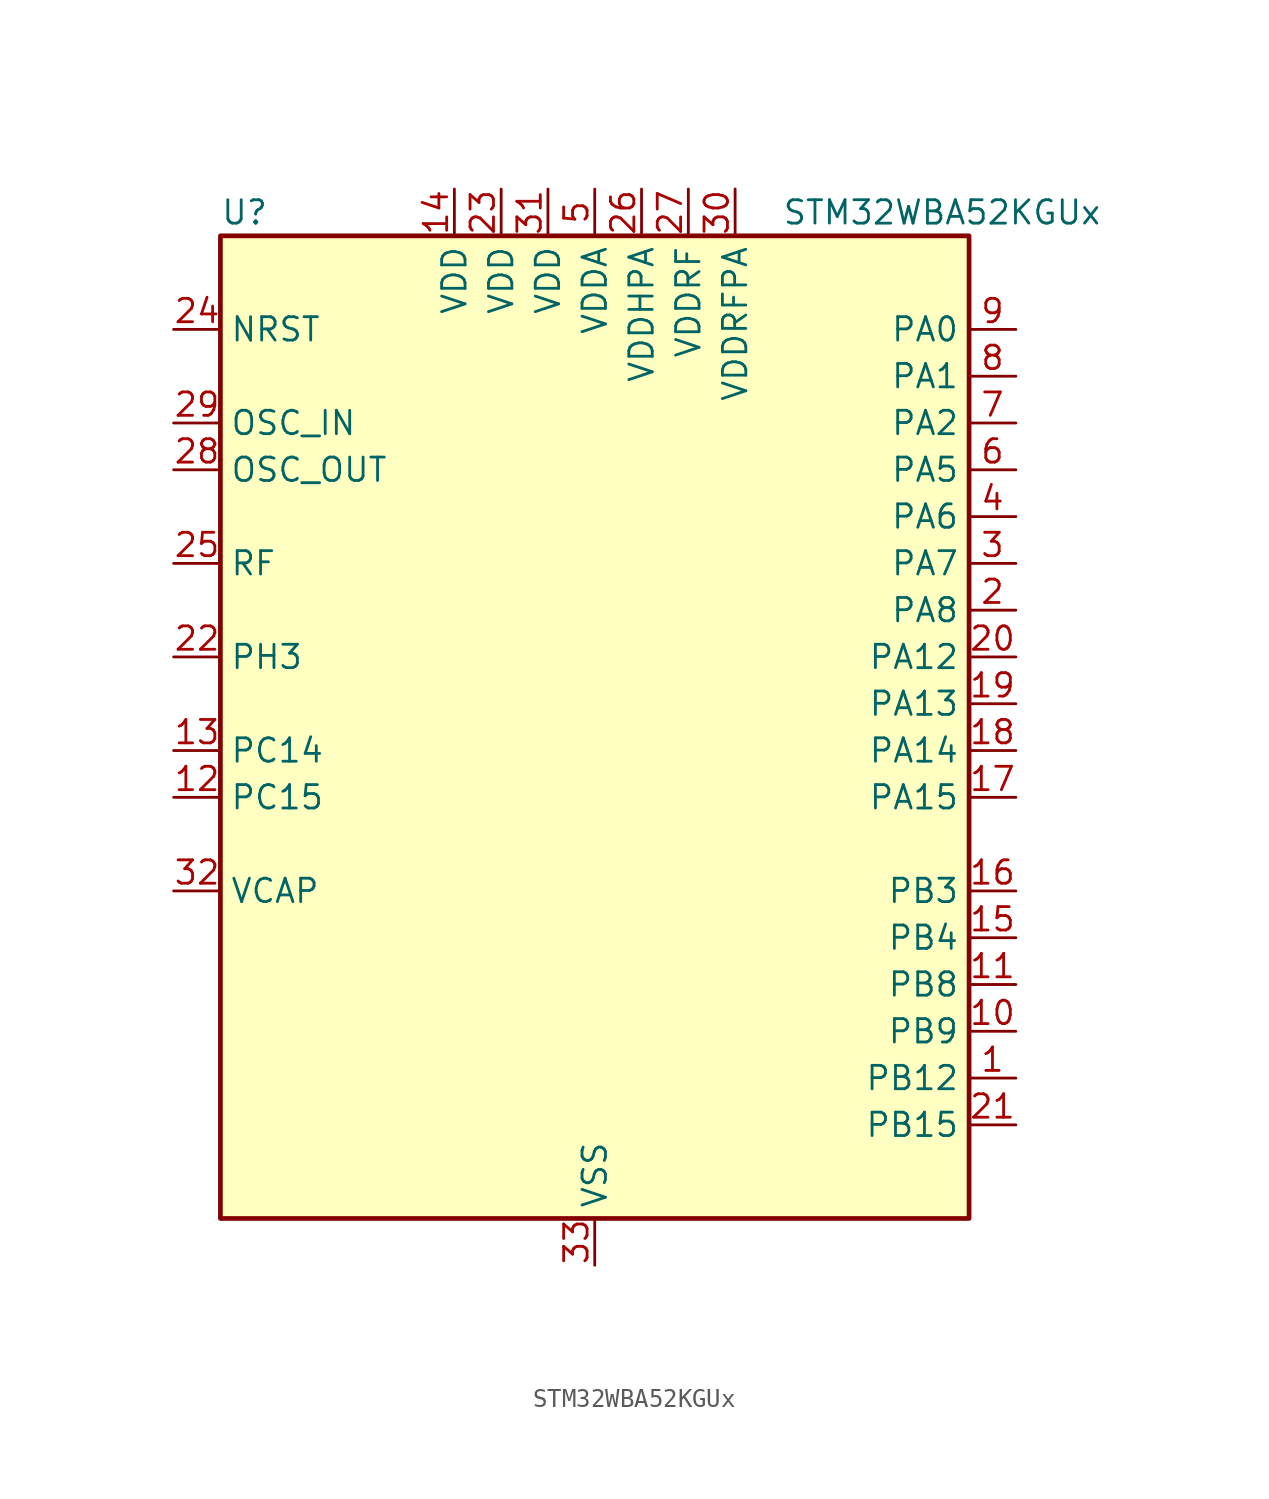
<source format=kicad_sym>
(kicad_symbol_lib
  (version 20241209)
  (generator "kicad_symbol_editor")
  (generator_version "9.0")
  (symbol "STM32WBA52KGUx"
    (property "Reference" "U"
      (at -20.32 29.21 0)
      (effects (font (size 1.27 1.27)) (justify left)))
    (property "Value" "STM32WBA52KGUx"
      (at 10.16 29.21 0)
      (effects (font (size 1.27 1.27)) (justify left)))
    (symbol "STM32WBA52KGUx_0_1"
      (rectangle (start -20.32 -25.4) (end 20.32 27.94) (stroke (width 0.254) (type default)) (fill (type background))))
    (symbol "STM32WBA52KGUx_1_1"
      (pin input line (at -22.86 22.86 0) (length 2.54) (name "NRST" (effects (font (size 1.27 1.27)))) (number "24" (effects (font (size 1.27 1.27)))))
      (pin input line (at -22.86 17.78 0) (length 2.54) (name "OSC_IN" (effects (font (size 1.27 1.27)))) (number "29" (effects (font (size 1.27 1.27)))) (alternate "RCC_OSC_IN" bidirectional line))
      (pin input line (at -22.86 15.24 0) (length 2.54) (name "OSC_OUT" (effects (font (size 1.27 1.27)))) (number "28" (effects (font (size 1.27 1.27)))) (alternate "RCC_OSC_OUT" bidirectional line))
      (pin bidirectional line (at -22.86 10.16 0) (length 2.54) (name "RF" (effects (font (size 1.27 1.27)))) (number "25" (effects (font (size 1.27 1.27)))))
      (pin bidirectional line (at -22.86 5.08 0) (length 2.54) (name "PH3" (effects (font (size 1.27 1.27)))) (number "22" (effects (font (size 1.27 1.27)))) (alternate "TAMP_IN2" bidirectional line) (alternate "TAMP_OUT1" bidirectional line))
      (pin bidirectional line (at -22.86 0 0) (length 2.54) (name "PC14" (effects (font (size 1.27 1.27)))) (number "13" (effects (font (size 1.27 1.27)))) (alternate "RCC_OSC32_IN" bidirectional line))
      (pin bidirectional line (at -22.86 -2.54 0) (length 2.54) (name "PC15" (effects (font (size 1.27 1.27)))) (number "12" (effects (font (size 1.27 1.27)))) (alternate "ADC4_EXTI15" bidirectional line) (alternate "RCC_OSC32_OUT" bidirectional line))
      (pin power_out line (at -22.86 -7.62 0) (length 2.54) (name "VCAP" (effects (font (size 1.27 1.27)))) (number "32" (effects (font (size 1.27 1.27)))))
      (pin power_in line (at -7.62 30.48 270) (length 2.54) (name "VDD" (effects (font (size 1.27 1.27)))) (number "14" (effects (font (size 1.27 1.27)))))
      (pin power_in line (at -5.08 30.48 270) (length 2.54) (name "VDD" (effects (font (size 1.27 1.27)))) (number "23" (effects (font (size 1.27 1.27)))))
      (pin power_in line (at -2.54 30.48 270) (length 2.54) (name "VDD" (effects (font (size 1.27 1.27)))) (number "31" (effects (font (size 1.27 1.27)))))
      (pin power_in line (at 0 30.48 270) (length 2.54) (name "VDDA" (effects (font (size 1.27 1.27)))) (number "5" (effects (font (size 1.27 1.27)))))
      (pin power_in line (at 0 -27.94 90) (length 2.54) (name "VSS" (effects (font (size 1.27 1.27)))) (number "33" (effects (font (size 1.27 1.27)))))
      (pin power_in line (at 2.54 30.48 270) (length 2.54) (name "VDDHPA" (effects (font (size 1.27 1.27)))) (number "26" (effects (font (size 1.27 1.27)))))
      (pin power_in line (at 5.08 30.48 270) (length 2.54) (name "VDDRF" (effects (font (size 1.27 1.27)))) (number "27" (effects (font (size 1.27 1.27)))))
      (pin power_in line (at 7.62 30.48 270) (length 2.54) (name "VDDRFPA" (effects (font (size 1.27 1.27)))) (number "30" (effects (font (size 1.27 1.27)))))
      (pin bidirectional line (at 22.86 22.86 180) (length 2.54) (name "PA0" (effects (font (size 1.27 1.27)))) (number "9" (effects (font (size 1.27 1.27)))) (alternate "ADC4_IN9" bidirectional line) (alternate "LPTIM1_IN1" bidirectional line) (alternate "LPUART1_CTS" bidirectional line) (alternate "PWR_WKUP1" bidirectional line) (alternate "SPI3_SCK" bidirectional line) (alternate "TIM1_CH2N" bidirectional line) (alternate "TIM3_CH3" bidirectional line) (alternate "TIM3_ETR" bidirectional line) (alternate "TSC_G2_IO2" bidirectional line))
      (pin bidirectional line (at 22.86 20.32 180) (length 2.54) (name "PA1" (effects (font (size 1.27 1.27)))) (number "8" (effects (font (size 1.27 1.27)))) (alternate "ADC4_IN8" bidirectional line) (alternate "LPTIM2_CH2" bidirectional line) (alternate "LPUART1_RX" bidirectional line) (alternate "PWR_WKUP3" bidirectional line) (alternate "SPI1_RDY" bidirectional line) (alternate "TIM17_CH1" bidirectional line) (alternate "TIM1_CH1N" bidirectional line) (alternate "TIM3_CH2" bidirectional line) (alternate "TSC_G2_IO1" bidirectional line) (alternate "USART1_CK" bidirectional line))
      (pin bidirectional line (at 22.86 17.78 180) (length 2.54) (name "PA2" (effects (font (size 1.27 1.27)))) (number "7" (effects (font (size 1.27 1.27)))) (alternate "ADC4_IN7" bidirectional line) (alternate "LPUART1_TX" bidirectional line) (alternate "PWR_WKUP4" bidirectional line) (alternate "RCC_LSCO" bidirectional line) (alternate "TIM16_CH1" bidirectional line) (alternate "TIM1_BKIN" bidirectional line) (alternate "TIM3_CH1" bidirectional line) (alternate "TSC_G4_IO4" bidirectional line) (alternate "USART1_DE" bidirectional line) (alternate "USART1_RTS" bidirectional line))
      (pin bidirectional line (at 22.86 15.24 180) (length 2.54) (name "PA5" (effects (font (size 1.27 1.27)))) (number "6" (effects (font (size 1.27 1.27)))) (alternate "ADC4_IN4" bidirectional line) (alternate "LPTIM2_ETR" bidirectional line) (alternate "PWR_CSLEEP" bidirectional line) (alternate "PWR_WKUP6" bidirectional line) (alternate "SPI3_NSS" bidirectional line) (alternate "TIM2_CH1" bidirectional line) (alternate "TIM2_ETR" bidirectional line) (alternate "TSC_G1_IO4" bidirectional line) (alternate "USART1_CK" bidirectional line))
      (pin bidirectional line (at 22.86 12.7 180) (length 2.54) (name "PA6" (effects (font (size 1.27 1.27)))) (number "4" (effects (font (size 1.27 1.27)))) (alternate "ADC4_IN3" bidirectional line) (alternate "I2C3_SCL" bidirectional line) (alternate "PWR_CSTOP" bidirectional line) (alternate "PWR_WKUP7" bidirectional line) (alternate "SPI3_RDY" bidirectional line) (alternate "TIM2_CH4" bidirectional line) (alternate "TSC_G1_IO3" bidirectional line) (alternate "USART1_DE" bidirectional line) (alternate "USART1_RTS" bidirectional line))
      (pin bidirectional line (at 22.86 10.16 180) (length 2.54) (name "PA7" (effects (font (size 1.27 1.27)))) (number "3" (effects (font (size 1.27 1.27)))) (alternate "ADC4_IN2" bidirectional line) (alternate "I2C3_SDA" bidirectional line) (alternate "PWR_WKUP8" bidirectional line) (alternate "TAMP_IN1" bidirectional line) (alternate "TAMP_OUT2" bidirectional line) (alternate "TIM2_CH3" bidirectional line) (alternate "TSC_G1_IO2" bidirectional line) (alternate "USART1_CTS" bidirectional line))
      (pin bidirectional line (at 22.86 7.62 180) (length 2.54) (name "PA8" (effects (font (size 1.27 1.27)))) (number "2" (effects (font (size 1.27 1.27)))) (alternate "ADC4_IN1" bidirectional line) (alternate "LPTIM1_CH2" bidirectional line) (alternate "RCC_MCO" bidirectional line) (alternate "SPI3_RDY" bidirectional line) (alternate "TIM2_CH2" bidirectional line) (alternate "TSC_G1_IO1" bidirectional line) (alternate "USART1_RX" bidirectional line))
      (pin bidirectional line (at 22.86 5.08 180) (length 2.54) (name "PA12" (effects (font (size 1.27 1.27)))) (number "20" (effects (font (size 1.27 1.27)))) (alternate "PWR_WKUP6" bidirectional line) (alternate "RF_ANTSW0" bidirectional line) (alternate "SPI1_NSS" bidirectional line) (alternate "TIM1_CH2" bidirectional line) (alternate "TSC_G3_IO4" bidirectional line) (alternate "USART2_TX" bidirectional line))
      (pin bidirectional line (at 22.86 2.54 180) (length 2.54) (name "PA13" (effects (font (size 1.27 1.27)))) (number "19" (effects (font (size 1.27 1.27)))) (alternate "DEBUG_JTMS-SWDIO" bidirectional line) (alternate "IR_OUT" bidirectional line))
      (pin bidirectional line (at 22.86 0 180) (length 2.54) (name "PA14" (effects (font (size 1.27 1.27)))) (number "18" (effects (font (size 1.27 1.27)))) (alternate "DEBUG_JTCK-SWCLK" bidirectional line) (alternate "TAMP_IN3" bidirectional line) (alternate "TAMP_OUT6" bidirectional line) (alternate "USART2_TX" bidirectional line))
      (pin bidirectional line (at 22.86 -2.54 180) (length 2.54) (name "PA15" (effects (font (size 1.27 1.27)))) (number "17" (effects (font (size 1.27 1.27)))) (alternate "ADC4_EXTI15" bidirectional line) (alternate "DEBUG_JTDI" bidirectional line) (alternate "I2C1_SCL" bidirectional line) (alternate "LPTIM1_CH2" bidirectional line) (alternate "SPI1_MOSI" bidirectional line) (alternate "TIM17_BKIN" bidirectional line) (alternate "TIM1_ETR" bidirectional line) (alternate "TSC_G3_IO3" bidirectional line) (alternate "USART2_DE" bidirectional line) (alternate "USART2_RTS" bidirectional line))
      (pin bidirectional line (at 22.86 -7.62 180) (length 2.54) (name "PB3" (effects (font (size 1.27 1.27)))) (number "16" (effects (font (size 1.27 1.27)))) (alternate "DEBUG_JTDO-SWO" bidirectional line) (alternate "I2C1_SDA" bidirectional line) (alternate "LPTIM1_IN2" bidirectional line) (alternate "SPI1_MISO" bidirectional line) (alternate "TIM17_CH1N" bidirectional line) (alternate "TIM1_CH4" bidirectional line) (alternate "TSC_G3_IO2" bidirectional line) (alternate "USART2_CK" bidirectional line))
      (pin bidirectional line (at 22.86 -10.16 180) (length 2.54) (name "PB4" (effects (font (size 1.27 1.27)))) (number "15" (effects (font (size 1.27 1.27)))) (alternate "DEBUG_JTRST" bidirectional line) (alternate "LPTIM2_IN2" bidirectional line) (alternate "SPI1_SCK" bidirectional line) (alternate "TIM17_CH1" bidirectional line) (alternate "TIM1_CH3" bidirectional line) (alternate "TSC_G3_IO1" bidirectional line) (alternate "USART2_RX" bidirectional line))
      (pin bidirectional line (at 22.86 -12.7 180) (length 2.54) (name "PB8" (effects (font (size 1.27 1.27)))) (number "11" (effects (font (size 1.27 1.27)))) (alternate "LPTIM1_ETR" bidirectional line) (alternate "PWR_PVD_IN" bidirectional line) (alternate "SPI3_MOSI" bidirectional line) (alternate "TIM16_CH1N" bidirectional line) (alternate "TIM1_CH1" bidirectional line) (alternate "TIM3_ETR" bidirectional line) (alternate "TSC_G2_IO4" bidirectional line) (alternate "USART2_RX" bidirectional line))
      (pin bidirectional line (at 22.86 -15.24 180) (length 2.54) (name "PB9" (effects (font (size 1.27 1.27)))) (number "10" (effects (font (size 1.27 1.27)))) (alternate "ADC4_IN10" bidirectional line) (alternate "IR_OUT" bidirectional line) (alternate "LPTIM2_IN1" bidirectional line) (alternate "LPUART1_DE" bidirectional line) (alternate "LPUART1_RTS" bidirectional line) (alternate "PWR_WKUP8" bidirectional line) (alternate "SPI3_MISO" bidirectional line) (alternate "TIM16_CH1" bidirectional line) (alternate "TIM1_CH3N" bidirectional line) (alternate "TIM3_CH4" bidirectional line) (alternate "TSC_G2_IO3" bidirectional line))
      (pin bidirectional line (at 22.86 -17.78 180) (length 2.54) (name "PB12" (effects (font (size 1.27 1.27)))) (number "1" (effects (font (size 1.27 1.27)))) (alternate "SPI1_RDY" bidirectional line) (alternate "TIM2_CH1" bidirectional line) (alternate "TIM2_ETR" bidirectional line) (alternate "TIM3_ETR" bidirectional line) (alternate "TSC_SYNC" bidirectional line) (alternate "USART1_TX" bidirectional line))
      (pin bidirectional line (at 22.86 -20.32 180) (length 2.54) (name "PB15" (effects (font (size 1.27 1.27)))) (number "21" (effects (font (size 1.27 1.27)))) (alternate "ADC4_EXTI15" bidirectional line) (alternate "I2C1_SMBA" bidirectional line) (alternate "I2C3_SMBA" bidirectional line) (alternate "LPUART1_CTS" bidirectional line) (alternate "TIM16_BKIN" bidirectional line) (alternate "TIM1_BKIN2" bidirectional line) (alternate "USART2_CTS" bidirectional line)))))
</source>
